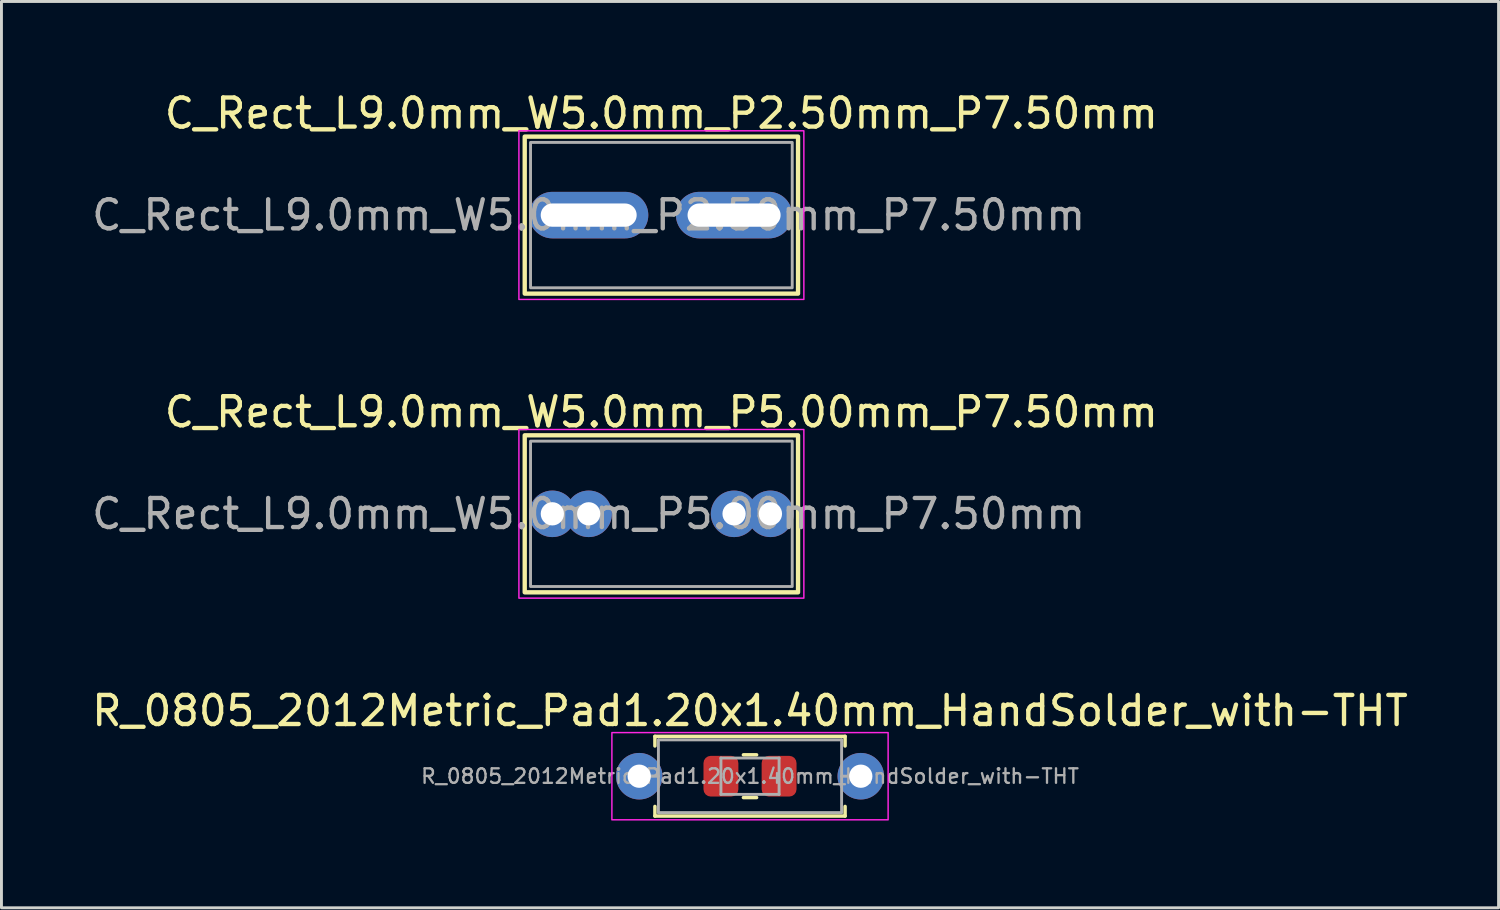
<source format=kicad_pcb>
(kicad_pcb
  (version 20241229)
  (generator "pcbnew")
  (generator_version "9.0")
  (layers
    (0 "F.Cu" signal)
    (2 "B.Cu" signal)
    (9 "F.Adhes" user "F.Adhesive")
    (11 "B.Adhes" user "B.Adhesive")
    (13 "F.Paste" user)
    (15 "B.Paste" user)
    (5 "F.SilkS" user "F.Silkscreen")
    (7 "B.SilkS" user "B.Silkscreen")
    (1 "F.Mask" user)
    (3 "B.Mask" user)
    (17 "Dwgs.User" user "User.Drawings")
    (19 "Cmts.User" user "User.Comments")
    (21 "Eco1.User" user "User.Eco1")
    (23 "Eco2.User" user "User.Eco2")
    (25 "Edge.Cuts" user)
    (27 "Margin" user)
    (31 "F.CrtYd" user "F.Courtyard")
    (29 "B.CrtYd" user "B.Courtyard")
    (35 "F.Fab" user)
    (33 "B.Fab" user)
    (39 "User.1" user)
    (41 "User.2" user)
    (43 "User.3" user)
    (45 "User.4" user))
  (footprint "R_0805_2012Metric_Pad1.20x1.40mm_HandSolder_with-THT"
    (layer "F.Cu")
    (at 22.744 23.645)
    (property "Reference" "R_0805_2012Metric_Pad1.20x1.40mm_HandSolder_with-THT" (at 0 -2.25 0) (layer "F.SilkS") (effects (font (size 1 1) (thickness 0.15))))
    (attr smd)
    (fp_line (start -3.27 -1.37) (end 3.27 -1.37) (stroke (width 0.12) (type solid)) (layer "F.SilkS"))
    (fp_line (start -3.27 -1.04) (end -3.27 -1.37) (stroke (width 0.12) (type solid)) (layer "F.SilkS"))
    (fp_line (start -3.27 1.04) (end -3.27 1.37) (stroke (width 0.12) (type solid)) (layer "F.SilkS"))
    (fp_line (start -3.27 1.37) (end 3.27 1.37) (stroke (width 0.12) (type solid)) (layer "F.SilkS"))
    (fp_line (start -0.227 -0.735) (end 0.227 -0.735) (stroke (width 0.12) (type solid)) (layer "F.SilkS"))
    (fp_line (start -0.227 0.735) (end 0.227 0.735) (stroke (width 0.12) (type solid)) (layer "F.SilkS"))
    (fp_line (start 3.27 -1.37) (end 3.27 -1.04) (stroke (width 0.12) (type solid)) (layer "F.SilkS"))
    (fp_line (start 3.27 1.37) (end 3.27 1.04) (stroke (width 0.12) (type solid)) (layer "F.SilkS"))
    (fp_rect (start -4.75 -1.5) (end 4.75 1.5) (stroke (width 0.05) (type default)) (fill no) (layer "F.CrtYd"))
    (fp_line (start -3.81 0) (end -3.15 0) (stroke (width 0.1) (type solid)) (layer "F.Fab"))
    (fp_line (start -3.15 -1.25) (end -3.15 1.25) (stroke (width 0.1) (type solid)) (layer "F.Fab"))
    (fp_line (start -3.15 1.25) (end 3.15 1.25) (stroke (width 0.1) (type solid)) (layer "F.Fab"))
    (fp_line (start -1 -0.625) (end 1 -0.625) (stroke (width 0.1) (type solid)) (layer "F.Fab"))
    (fp_line (start -1 0.625) (end -1 -0.625) (stroke (width 0.1) (type solid)) (layer "F.Fab"))
    (fp_line (start 1 -0.625) (end 1 0.625) (stroke (width 0.1) (type solid)) (layer "F.Fab"))
    (fp_line (start 1 0.625) (end -1 0.625) (stroke (width 0.1) (type solid)) (layer "F.Fab"))
    (fp_line (start 3.15 -1.25) (end -3.15 -1.25) (stroke (width 0.1) (type solid)) (layer "F.Fab"))
    (fp_line (start 3.15 1.25) (end 3.15 -1.25) (stroke (width 0.1) (type solid)) (layer "F.Fab"))
    (fp_line (start 3.81 0) (end 3.15 0) (stroke (width 0.1) (type solid)) (layer "F.Fab"))
    (fp_text user "${REFERENCE}" (at 0 0 0) (layer "F.Fab") (effects (font (size 0.5 0.5) (thickness 0.08))))
    (pad "1" thru_hole circle (at -3.81 0) (size 1.6 1.6) (drill 0.8) (layers "*.Cu" "*.Mask"))
    (pad "1" smd roundrect (at -1 0) (size 1.2 1.4) (layers "F.Cu" "F.Mask" "F.Paste") (roundrect_rratio 0.208))
    (pad "2" smd roundrect (at 1 0) (size 1.2 1.4) (layers "F.Cu" "F.Mask" "F.Paste") (roundrect_rratio 0.208))
    (pad "2" thru_hole circle (at 3.81 0) (size 1.6 1.6) (drill 0.8) (layers "*.Cu" "*.Mask")))
  (footprint "C_Rect_L9.0mm_W5.0mm_P2.50mm_P7.50mm"
    (layer "F.Cu")
    (at 15.946 4.348)
    (property "Reference" "C_Rect_L9.0mm_W5.0mm_P2.50mm_P7.50mm" (at 3.75 -3.5 0) (layer "F.SilkS") (effects (font (size 1 1) (thickness 0.15))))
    (attr through_hole)
    (fp_rect (start -0.95 -2.7) (end 8.45 2.7) (stroke (width 0.15) (type default)) (fill no) (layer "F.SilkS"))
    (fp_rect (start -1.15 -2.9) (end 8.65 2.9) (stroke (width 0.05) (type default)) (fill no) (layer "F.CrtYd"))
    (fp_rect (start -0.75 -2.5) (end 8.25 2.5) (stroke (width 0.1) (type default)) (fill no) (layer "F.Fab"))
    (fp_text user "${REFERENCE}" (at 1.25 0 0) (layer "F.Fab") (effects (font (size 1 1) (thickness 0.15))))
    (pad "1" thru_hole oval (at 1.25 0) (size 4.1 1.6) (drill oval 3.3 0.8) (layers "*.Cu" "*.Mask"))
    (pad "2" thru_hole oval (at 6.25 0) (size 4 1.6) (drill oval 3.2 0.8) (layers "*.Cu" "*.Mask")))
  (footprint "C_Rect_L9.0mm_W5.0mm_P5.00mm_P7.50mm"
    (layer "F.Cu")
    (at 15.946 14.621)
    (property "Reference" "C_Rect_L9.0mm_W5.0mm_P5.00mm_P7.50mm" (at 3.75 -3.5 0) (layer "F.SilkS") (effects (font (size 1 1) (thickness 0.15))))
    (attr through_hole)
    (fp_rect (start -0.95 -2.7) (end 8.45 2.7) (stroke (width 0.15) (type default)) (fill no) (layer "F.SilkS"))
    (fp_rect (start -1.15 -2.9) (end 8.65 2.9) (stroke (width 0.05) (type default)) (fill no) (layer "F.CrtYd"))
    (fp_rect (start -0.75 -2.5) (end 8.25 2.5) (stroke (width 0.1) (type default)) (fill no) (layer "F.Fab"))
    (fp_text user "${REFERENCE}" (at 1.25 0 0) (layer "F.Fab") (effects (font (size 1 1) (thickness 0.15))))
    (pad "1" thru_hole circle (at 0 0) (size 1.6 1.6) (drill 0.8) (layers "*.Cu" "*.Mask"))
    (pad "1" thru_hole circle (at 1.25 0) (size 1.6 1.6) (drill 0.8) (layers "*.Cu" "*.Mask"))
    (pad "2" thru_hole circle (at 6.25 0) (size 1.6 1.6) (drill 0.8) (layers "*.Cu" "*.Mask"))
    (pad "2" thru_hole circle (at 7.5 0) (size 1.6 1.6) (drill 0.8) (layers "*.Cu" "*.Mask")))
  (gr_rect
    (start -3 -3)
    (end 48.488 28.17)
    (stroke (width 0.1) (type default))
    (fill no)
    (layer "Edge.Cuts")))
</source>
